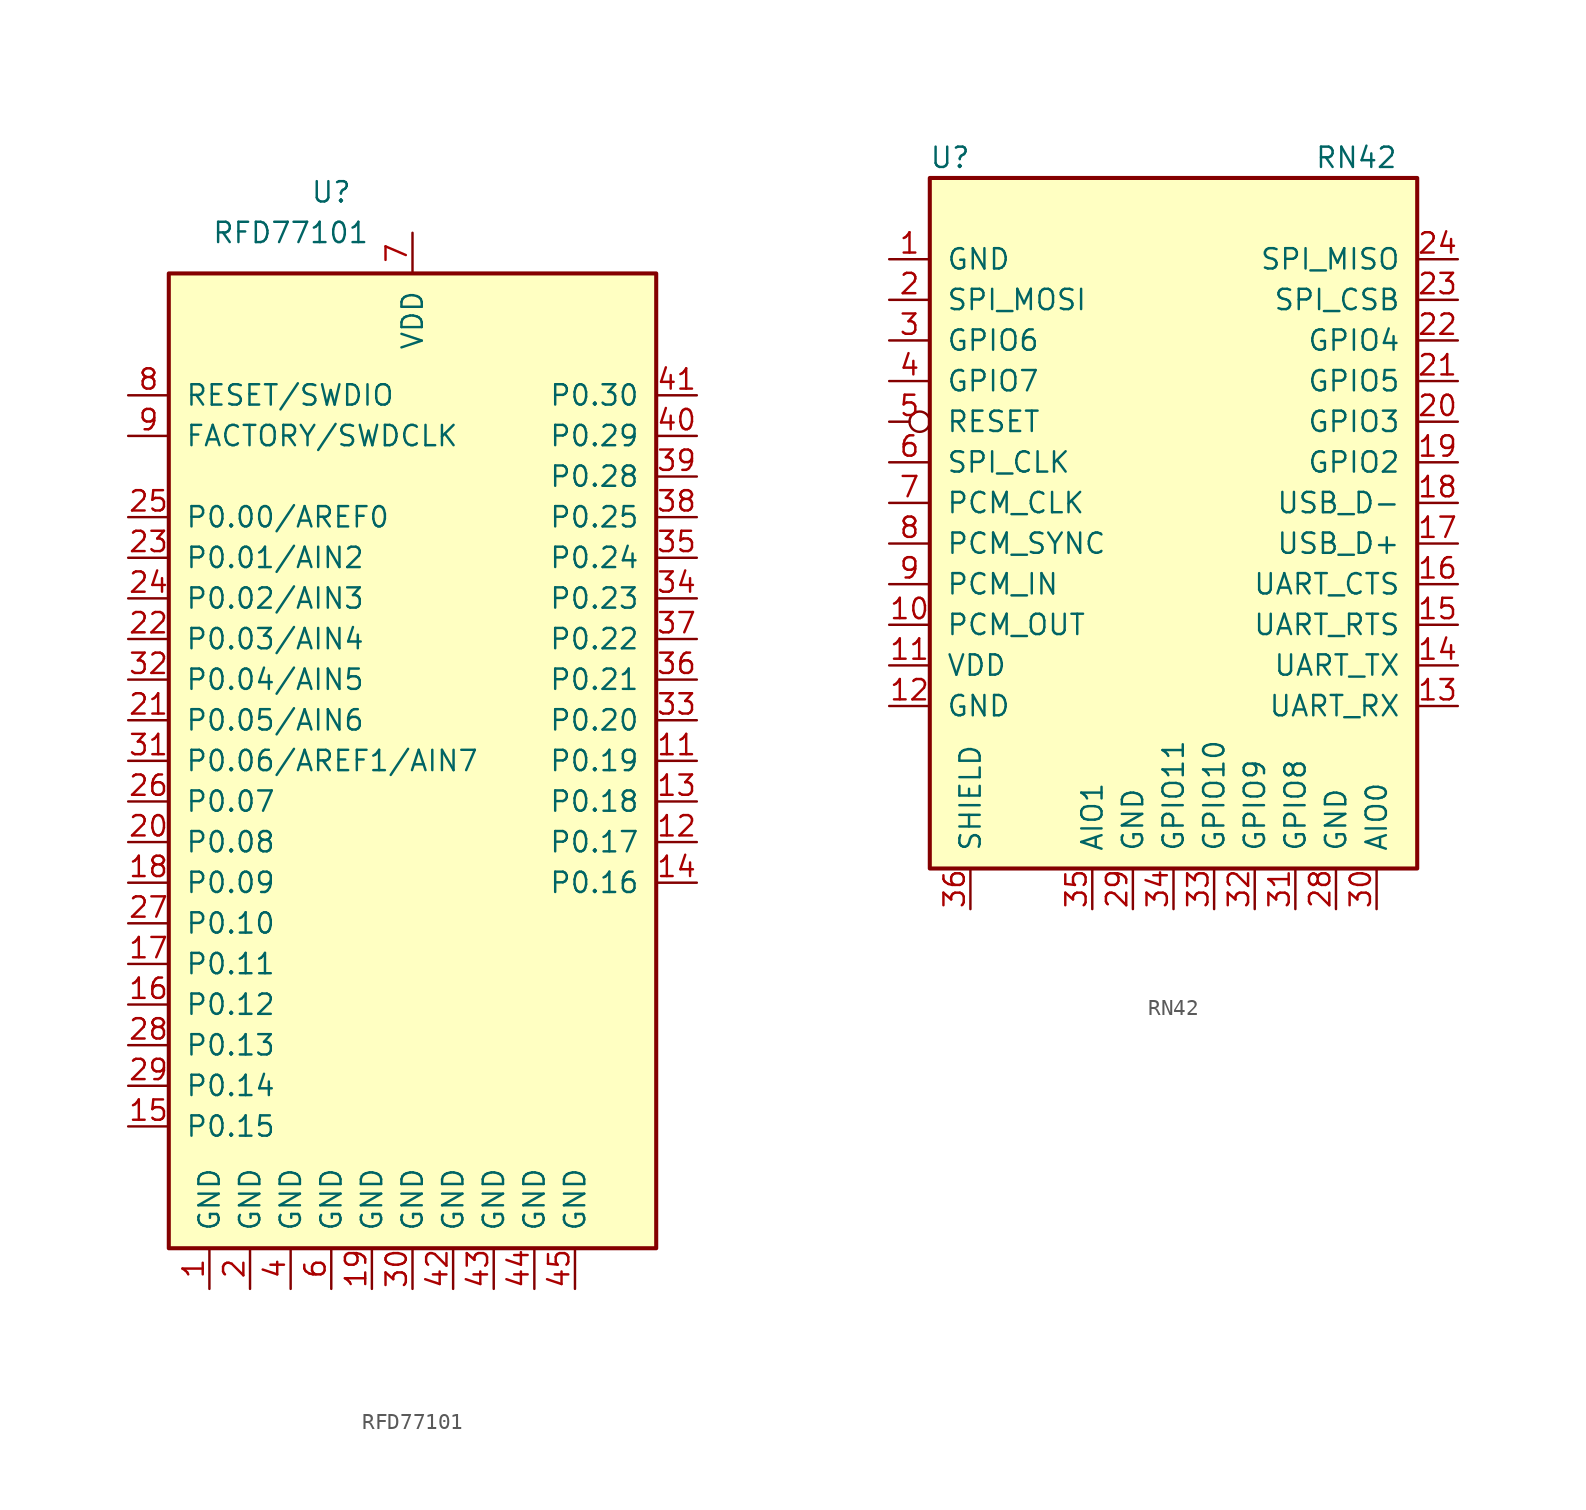
<source format=kicad_sym>
(kicad_symbol_lib
  (version 20241209)
  (generator "kicad_symbol_editor")
  (generator_version "9.0")
  (symbol "RFD77101"
    (pin_names
      (offset 1.016))
    (property "Reference" "U"
      (at -5.08 35.56 0)
      (effects (font (size 1.27 1.27))))
    (property "Value" "RFD77101"
      (at -7.62 33.02 0)
      (effects (font (size 1.27 1.27))))
    (symbol "RFD77101_0_1"
      (rectangle (start -15.24 30.48) (end 15.24 -30.48) (stroke (width 0.254) (type default)) (fill (type background))))
    (symbol "RFD77101_1_1"
      (pin bidirectional line (at -17.78 22.86 0) (length 2.54) (name "RESET/SWDIO" (effects (font (size 1.27 1.27)))) (number "8" (effects (font (size 1.27 1.27)))))
      (pin input line (at -17.78 20.32 0) (length 2.54) (name "FACTORY/SWDCLK" (effects (font (size 1.27 1.27)))) (number "9" (effects (font (size 1.27 1.27)))))
      (pin bidirectional line (at -17.78 15.24 0) (length 2.54) (name "P0.00/AREF0" (effects (font (size 1.27 1.27)))) (number "25" (effects (font (size 1.27 1.27)))))
      (pin bidirectional line (at -17.78 12.7 0) (length 2.54) (name "P0.01/AIN2" (effects (font (size 1.27 1.27)))) (number "23" (effects (font (size 1.27 1.27)))))
      (pin bidirectional line (at -17.78 10.16 0) (length 2.54) (name "P0.02/AIN3" (effects (font (size 1.27 1.27)))) (number "24" (effects (font (size 1.27 1.27)))))
      (pin bidirectional line (at -17.78 7.62 0) (length 2.54) (name "P0.03/AIN4" (effects (font (size 1.27 1.27)))) (number "22" (effects (font (size 1.27 1.27)))))
      (pin bidirectional line (at -17.78 5.08 0) (length 2.54) (name "P0.04/AIN5" (effects (font (size 1.27 1.27)))) (number "32" (effects (font (size 1.27 1.27)))))
      (pin bidirectional line (at -17.78 2.54 0) (length 2.54) (name "P0.05/AIN6" (effects (font (size 1.27 1.27)))) (number "21" (effects (font (size 1.27 1.27)))))
      (pin bidirectional line (at -17.78 0 0) (length 2.54) (name "P0.06/AREF1/AIN7" (effects (font (size 1.27 1.27)))) (number "31" (effects (font (size 1.27 1.27)))))
      (pin bidirectional line (at -17.78 -2.54 0) (length 2.54) (name "P0.07" (effects (font (size 1.27 1.27)))) (number "26" (effects (font (size 1.27 1.27)))))
      (pin bidirectional line (at -17.78 -5.08 0) (length 2.54) (name "P0.08" (effects (font (size 1.27 1.27)))) (number "20" (effects (font (size 1.27 1.27)))))
      (pin bidirectional line (at -17.78 -7.62 0) (length 2.54) (name "P0.09" (effects (font (size 1.27 1.27)))) (number "18" (effects (font (size 1.27 1.27)))))
      (pin bidirectional line (at -17.78 -10.16 0) (length 2.54) (name "P0.10" (effects (font (size 1.27 1.27)))) (number "27" (effects (font (size 1.27 1.27)))))
      (pin bidirectional line (at -17.78 -12.7 0) (length 2.54) (name "P0.11" (effects (font (size 1.27 1.27)))) (number "17" (effects (font (size 1.27 1.27)))))
      (pin bidirectional line (at -17.78 -15.24 0) (length 2.54) (name "P0.12" (effects (font (size 1.27 1.27)))) (number "16" (effects (font (size 1.27 1.27)))))
      (pin bidirectional line (at -17.78 -17.78 0) (length 2.54) (name "P0.13" (effects (font (size 1.27 1.27)))) (number "28" (effects (font (size 1.27 1.27)))))
      (pin bidirectional line (at -17.78 -20.32 0) (length 2.54) (name "P0.14" (effects (font (size 1.27 1.27)))) (number "29" (effects (font (size 1.27 1.27)))))
      (pin bidirectional line (at -17.78 -22.86 0) (length 2.54) (name "P0.15" (effects (font (size 1.27 1.27)))) (number "15" (effects (font (size 1.27 1.27)))))
      (pin power_in line (at -12.7 -33.02 90) (length 2.54) (name "GND" (effects (font (size 1.27 1.27)))) (number "1" (effects (font (size 1.27 1.27)))))
      (pin power_in line (at -10.16 -33.02 90) (length 2.54) (name "GND" (effects (font (size 1.27 1.27)))) (number "2" (effects (font (size 1.27 1.27)))))
      (pin power_in line (at -7.62 -33.02 90) (length 2.54) (name "GND" (effects (font (size 1.27 1.27)))) (number "4" (effects (font (size 1.27 1.27)))))
      (pin power_in line (at -5.08 -33.02 90) (length 2.54) (name "GND" (effects (font (size 1.27 1.27)))) (number "6" (effects (font (size 1.27 1.27)))))
      (pin power_in line (at -2.54 -33.02 90) (length 2.54) (name "GND" (effects (font (size 1.27 1.27)))) (number "19" (effects (font (size 1.27 1.27)))))
      (pin power_in line (at 0 33.02 270) (length 2.54) (name "VDD" (effects (font (size 1.27 1.27)))) (number "7" (effects (font (size 1.27 1.27)))))
      (pin power_in line (at 0 -33.02 90) (length 2.54) (name "GND" (effects (font (size 1.27 1.27)))) (number "30" (effects (font (size 1.27 1.27)))))
      (pin power_in line (at 2.54 -33.02 90) (length 2.54) (name "GND" (effects (font (size 1.27 1.27)))) (number "42" (effects (font (size 1.27 1.27)))))
      (pin power_in line (at 5.08 -33.02 90) (length 2.54) (name "GND" (effects (font (size 1.27 1.27)))) (number "43" (effects (font (size 1.27 1.27)))))
      (pin power_in line (at 7.62 -33.02 90) (length 2.54) (name "GND" (effects (font (size 1.27 1.27)))) (number "44" (effects (font (size 1.27 1.27)))))
      (pin power_in line (at 10.16 -33.02 90) (length 2.54) (name "GND" (effects (font (size 1.27 1.27)))) (number "45" (effects (font (size 1.27 1.27)))))
      (pin no_connect line (at 15.24 -15.24 180) (length 2.54) (hide yes) (name "NC" (effects (font (size 1.27 1.27)))) (number "3" (effects (font (size 1.27 1.27)))))
      (pin no_connect line (at 15.24 -17.78 180) (length 2.54) (hide yes) (name "NC" (effects (font (size 1.27 1.27)))) (number "5" (effects (font (size 1.27 1.27)))))
      (pin no_connect line (at 15.24 -20.32 180) (length 2.54) (hide yes) (name "NC" (effects (font (size 1.27 1.27)))) (number "10" (effects (font (size 1.27 1.27)))))
      (pin bidirectional line (at 17.78 22.86 180) (length 2.54) (name "P0.30" (effects (font (size 1.27 1.27)))) (number "41" (effects (font (size 1.27 1.27)))))
      (pin bidirectional line (at 17.78 20.32 180) (length 2.54) (name "P0.29" (effects (font (size 1.27 1.27)))) (number "40" (effects (font (size 1.27 1.27)))))
      (pin bidirectional line (at 17.78 17.78 180) (length 2.54) (name "P0.28" (effects (font (size 1.27 1.27)))) (number "39" (effects (font (size 1.27 1.27)))))
      (pin bidirectional line (at 17.78 15.24 180) (length 2.54) (name "P0.25" (effects (font (size 1.27 1.27)))) (number "38" (effects (font (size 1.27 1.27)))))
      (pin bidirectional line (at 17.78 12.7 180) (length 2.54) (name "P0.24" (effects (font (size 1.27 1.27)))) (number "35" (effects (font (size 1.27 1.27)))))
      (pin bidirectional line (at 17.78 10.16 180) (length 2.54) (name "P0.23" (effects (font (size 1.27 1.27)))) (number "34" (effects (font (size 1.27 1.27)))))
      (pin bidirectional line (at 17.78 7.62 180) (length 2.54) (name "P0.22" (effects (font (size 1.27 1.27)))) (number "37" (effects (font (size 1.27 1.27)))))
      (pin bidirectional line (at 17.78 5.08 180) (length 2.54) (name "P0.21" (effects (font (size 1.27 1.27)))) (number "36" (effects (font (size 1.27 1.27)))))
      (pin bidirectional line (at 17.78 2.54 180) (length 2.54) (name "P0.20" (effects (font (size 1.27 1.27)))) (number "33" (effects (font (size 1.27 1.27)))))
      (pin bidirectional line (at 17.78 0 180) (length 2.54) (name "P0.19" (effects (font (size 1.27 1.27)))) (number "11" (effects (font (size 1.27 1.27)))))
      (pin bidirectional line (at 17.78 -2.54 180) (length 2.54) (name "P0.18" (effects (font (size 1.27 1.27)))) (number "13" (effects (font (size 1.27 1.27)))))
      (pin bidirectional line (at 17.78 -5.08 180) (length 2.54) (name "P0.17" (effects (font (size 1.27 1.27)))) (number "12" (effects (font (size 1.27 1.27)))))
      (pin bidirectional line (at 17.78 -7.62 180) (length 2.54) (name "P0.16" (effects (font (size 1.27 1.27)))) (number "14" (effects (font (size 1.27 1.27)))))))
  (symbol "RN42"
    (pin_names
      (offset 1.016))
    (property "Reference" "U"
      (at -13.97 24.13 0)
      (effects (font (size 1.27 1.27))))
    (property "Value" "RN42"
      (at 11.43 24.13 0)
      (effects (font (size 1.27 1.27))))
    (symbol "RN42_0_1"
      (rectangle (start -15.24 22.86) (end 15.24 -20.32) (stroke (width 0.254) (type default)) (fill (type background))))
    (symbol "RN42_1_1"
      (pin power_in line (at -17.78 17.78 0) (length 2.54) (name "GND" (effects (font (size 1.27 1.27)))) (number "1" (effects (font (size 1.27 1.27)))))
      (pin input line (at -17.78 15.24 0) (length 2.54) (name "SPI_MOSI" (effects (font (size 1.27 1.27)))) (number "2" (effects (font (size 1.27 1.27)))))
      (pin input line (at -17.78 12.7 0) (length 2.54) (name "GPIO6" (effects (font (size 1.27 1.27)))) (number "3" (effects (font (size 1.27 1.27)))))
      (pin bidirectional line (at -17.78 10.16 0) (length 2.54) (name "GPIO7" (effects (font (size 1.27 1.27)))) (number "4" (effects (font (size 1.27 1.27)))))
      (pin input inverted (at -17.78 7.62 0) (length 2.54) (name "RESET" (effects (font (size 1.27 1.27)))) (number "5" (effects (font (size 1.27 1.27)))))
      (pin input line (at -17.78 5.08 0) (length 2.54) (name "SPI_CLK" (effects (font (size 1.27 1.27)))) (number "6" (effects (font (size 1.27 1.27)))))
      (pin bidirectional line (at -17.78 2.54 0) (length 2.54) (name "PCM_CLK" (effects (font (size 1.27 1.27)))) (number "7" (effects (font (size 1.27 1.27)))))
      (pin bidirectional line (at -17.78 0 0) (length 2.54) (name "PCM_SYNC" (effects (font (size 1.27 1.27)))) (number "8" (effects (font (size 1.27 1.27)))))
      (pin input line (at -17.78 -2.54 0) (length 2.54) (name "PCM_IN" (effects (font (size 1.27 1.27)))) (number "9" (effects (font (size 1.27 1.27)))))
      (pin output line (at -17.78 -5.08 0) (length 2.54) (name "PCM_OUT" (effects (font (size 1.27 1.27)))) (number "10" (effects (font (size 1.27 1.27)))))
      (pin power_in line (at -17.78 -7.62 0) (length 2.54) (name "VDD" (effects (font (size 1.27 1.27)))) (number "11" (effects (font (size 1.27 1.27)))))
      (pin power_in line (at -17.78 -10.16 0) (length 2.54) (name "GND" (effects (font (size 1.27 1.27)))) (number "12" (effects (font (size 1.27 1.27)))))
      (pin input line (at -12.7 -22.86 90) (length 2.54) (name "SHIELD" (effects (font (size 1.27 1.27)))) (number "36" (effects (font (size 1.27 1.27)))))
      (pin input line (at -5.08 -22.86 90) (length 2.54) (name "AIO1" (effects (font (size 1.27 1.27)))) (number "35" (effects (font (size 1.27 1.27)))))
      (pin power_in line (at -2.54 -22.86 90) (length 2.54) (name "GND" (effects (font (size 1.27 1.27)))) (number "29" (effects (font (size 1.27 1.27)))))
      (pin bidirectional line (at 0 -22.86 90) (length 2.54) (name "GPIO11" (effects (font (size 1.27 1.27)))) (number "34" (effects (font (size 1.27 1.27)))))
      (pin bidirectional line (at 2.54 -22.86 90) (length 2.54) (name "GPIO10" (effects (font (size 1.27 1.27)))) (number "33" (effects (font (size 1.27 1.27)))))
      (pin bidirectional line (at 5.08 -22.86 90) (length 2.54) (name "GPIO9" (effects (font (size 1.27 1.27)))) (number "32" (effects (font (size 1.27 1.27)))))
      (pin output line (at 7.62 -22.86 90) (length 2.54) (name "GPIO8" (effects (font (size 1.27 1.27)))) (number "31" (effects (font (size 1.27 1.27)))))
      (pin power_in line (at 10.16 -22.86 90) (length 2.54) (name "GND" (effects (font (size 1.27 1.27)))) (number "28" (effects (font (size 1.27 1.27)))))
      (pin input line (at 12.7 -22.86 90) (length 2.54) (name "AIO0" (effects (font (size 1.27 1.27)))) (number "30" (effects (font (size 1.27 1.27)))))
      (pin output line (at 17.78 17.78 180) (length 2.54) (name "SPI_MISO" (effects (font (size 1.27 1.27)))) (number "24" (effects (font (size 1.27 1.27)))))
      (pin input line (at 17.78 15.24 180) (length 2.54) (name "SPI_CSB" (effects (font (size 1.27 1.27)))) (number "23" (effects (font (size 1.27 1.27)))))
      (pin bidirectional line (at 17.78 12.7 180) (length 2.54) (name "GPIO4" (effects (font (size 1.27 1.27)))) (number "22" (effects (font (size 1.27 1.27)))))
      (pin bidirectional line (at 17.78 10.16 180) (length 2.54) (name "GPIO5" (effects (font (size 1.27 1.27)))) (number "21" (effects (font (size 1.27 1.27)))))
      (pin input line (at 17.78 7.62 180) (length 2.54) (name "GPIO3" (effects (font (size 1.27 1.27)))) (number "20" (effects (font (size 1.27 1.27)))))
      (pin bidirectional line (at 17.78 5.08 180) (length 2.54) (name "GPIO2" (effects (font (size 1.27 1.27)))) (number "19" (effects (font (size 1.27 1.27)))))
      (pin bidirectional line (at 17.78 2.54 180) (length 2.54) (name "USB_D-" (effects (font (size 1.27 1.27)))) (number "18" (effects (font (size 1.27 1.27)))))
      (pin bidirectional line (at 17.78 0 180) (length 2.54) (name "USB_D+" (effects (font (size 1.27 1.27)))) (number "17" (effects (font (size 1.27 1.27)))))
      (pin input line (at 17.78 -2.54 180) (length 2.54) (name "UART_CTS" (effects (font (size 1.27 1.27)))) (number "16" (effects (font (size 1.27 1.27)))))
      (pin output line (at 17.78 -5.08 180) (length 2.54) (name "UART_RTS" (effects (font (size 1.27 1.27)))) (number "15" (effects (font (size 1.27 1.27)))))
      (pin output line (at 17.78 -7.62 180) (length 2.54) (name "UART_TX" (effects (font (size 1.27 1.27)))) (number "14" (effects (font (size 1.27 1.27)))))
      (pin input line (at 17.78 -10.16 180) (length 2.54) (name "UART_RX" (effects (font (size 1.27 1.27)))) (number "13" (effects (font (size 1.27 1.27))))))))
</source>
